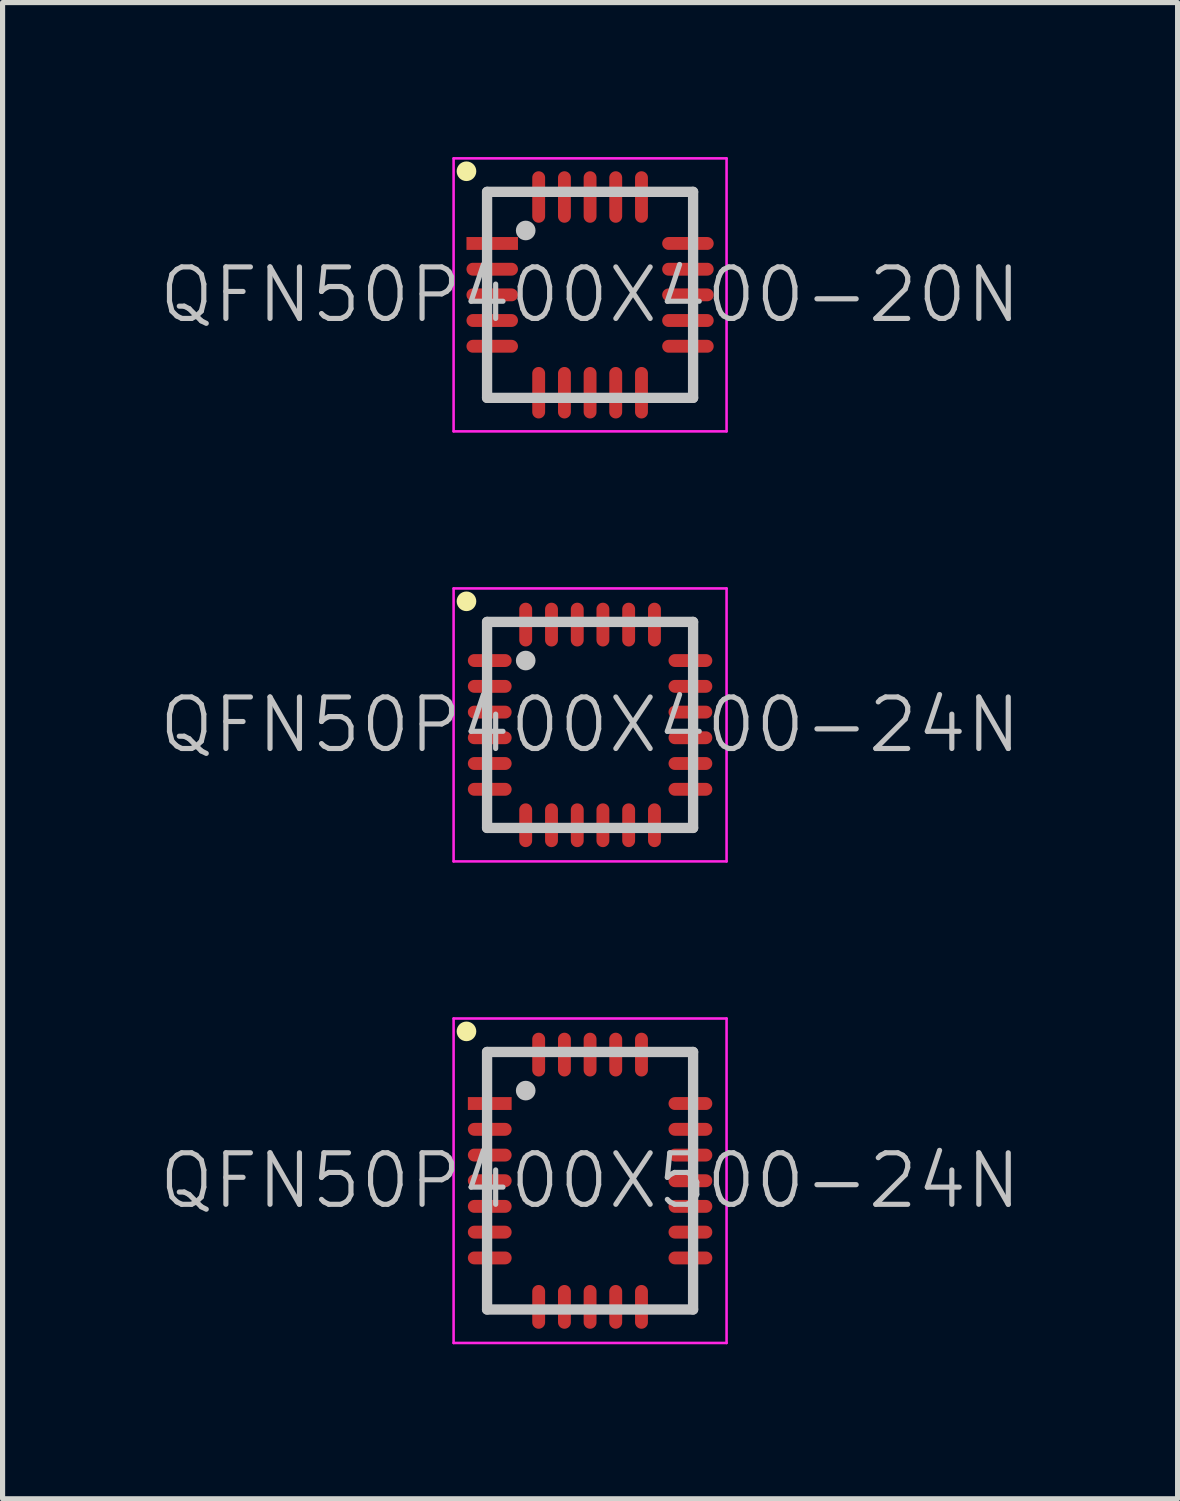
<source format=kicad_pcb>
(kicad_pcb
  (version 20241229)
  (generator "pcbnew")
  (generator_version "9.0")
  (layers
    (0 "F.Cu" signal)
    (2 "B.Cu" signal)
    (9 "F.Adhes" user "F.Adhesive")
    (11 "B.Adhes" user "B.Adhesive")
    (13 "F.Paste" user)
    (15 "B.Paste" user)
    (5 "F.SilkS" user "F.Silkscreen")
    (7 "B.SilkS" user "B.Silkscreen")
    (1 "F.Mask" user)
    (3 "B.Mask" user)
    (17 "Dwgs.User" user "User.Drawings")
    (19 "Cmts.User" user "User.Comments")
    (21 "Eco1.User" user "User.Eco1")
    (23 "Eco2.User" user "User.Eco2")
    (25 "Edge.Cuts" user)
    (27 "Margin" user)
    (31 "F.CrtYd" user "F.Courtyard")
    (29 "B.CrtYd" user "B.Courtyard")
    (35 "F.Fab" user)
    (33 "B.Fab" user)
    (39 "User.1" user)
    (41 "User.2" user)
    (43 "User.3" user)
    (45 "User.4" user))
  (footprint "QFN50P400X400-20N"
    (layer "F.Cu")
    (at 8.407 2.675)
    (property "Reference" "QFN50P400X400-20N" (at 0 0 0) (layer "Dwgs.User") (effects (font (size 1 1) (thickness 0.1))))
    (attr smd)
    (fp_line (start -2.4 -2.4) (end -2.4 -2.4) (stroke (width 0.381) (type solid)) (layer "F.SilkS"))
    (fp_line (start -2 -2) (end -2 2) (stroke (width 0.2) (type solid)) (layer "Dwgs.User"))
    (fp_line (start -2 -2) (end 2 -2) (stroke (width 0.2) (type solid)) (layer "Dwgs.User"))
    (fp_line (start -2 2) (end 2 2) (stroke (width 0.2) (type solid)) (layer "Dwgs.User"))
    (fp_line (start -1.25 -1.25) (end -1.25 -1.25) (stroke (width 0.381) (type solid)) (layer "Dwgs.User"))
    (fp_line (start 2 -2) (end 2 2) (stroke (width 0.2) (type solid)) (layer "Dwgs.User"))
    (fp_line (start -2.65 -2.65) (end -2.65 2.65) (stroke (width 0.05) (type solid)) (layer "F.CrtYd"))
    (fp_line (start -2.65 -2.65) (end 2.65 -2.65) (stroke (width 0.05) (type solid)) (layer "F.CrtYd"))
    (fp_line (start -2.65 2.65) (end 2.65 2.65) (stroke (width 0.05) (type solid)) (layer "F.CrtYd"))
    (fp_line (start 2.65 -2.65) (end 2.65 2.65) (stroke (width 0.05) (type solid)) (layer "F.CrtYd"))
    (pad "1" smd rect (at -1.9 -0.998 90) (size 0.25 1) (layers "F.Cu" "F.Mask" "F.Paste"))
    (pad "2" smd oval (at -1.9 -0.498 90) (size 0.25 1) (layers "F.Cu" "F.Mask" "F.Paste"))
    (pad "3" smd oval (at -1.9 0 90) (size 0.25 1) (layers "F.Cu" "F.Mask" "F.Paste"))
    (pad "4" smd oval (at -1.9 0.498 90) (size 0.25 1) (layers "F.Cu" "F.Mask" "F.Paste"))
    (pad "5" smd oval (at -1.9 0.998 90) (size 0.25 1) (layers "F.Cu" "F.Mask" "F.Paste"))
    (pad "6" smd oval (at -0.998 1.9 180) (size 0.25 1) (layers "F.Cu" "F.Mask" "F.Paste"))
    (pad "7" smd oval (at -0.498 1.9 180) (size 0.25 1) (layers "F.Cu" "F.Mask" "F.Paste"))
    (pad "8" smd oval (at 0 1.9 180) (size 0.25 1) (layers "F.Cu" "F.Mask" "F.Paste"))
    (pad "9" smd oval (at 0.498 1.9 180) (size 0.25 1) (layers "F.Cu" "F.Mask" "F.Paste"))
    (pad "10" smd oval (at 0.998 1.9 180) (size 0.25 1) (layers "F.Cu" "F.Mask" "F.Paste"))
    (pad "11" smd oval (at 1.9 0.998 270) (size 0.25 1) (layers "F.Cu" "F.Mask" "F.Paste"))
    (pad "12" smd oval (at 1.9 0.498 270) (size 0.25 1) (layers "F.Cu" "F.Mask" "F.Paste"))
    (pad "13" smd oval (at 1.9 0 270) (size 0.25 1) (layers "F.Cu" "F.Mask" "F.Paste"))
    (pad "14" smd oval (at 1.9 -0.498 270) (size 0.25 1) (layers "F.Cu" "F.Mask" "F.Paste"))
    (pad "15" smd oval (at 1.9 -0.998 270) (size 0.25 1) (layers "F.Cu" "F.Mask" "F.Paste"))
    (pad "16" smd oval (at 0.998 -1.9) (size 0.25 1) (layers "F.Cu" "F.Mask" "F.Paste"))
    (pad "17" smd oval (at 0.498 -1.9) (size 0.25 1) (layers "F.Cu" "F.Mask" "F.Paste"))
    (pad "18" smd oval (at 0 -1.9) (size 0.25 1) (layers "F.Cu" "F.Mask" "F.Paste"))
    (pad "19" smd oval (at -0.498 -1.9) (size 0.25 1) (layers "F.Cu" "F.Mask" "F.Paste"))
    (pad "20" smd oval (at -0.998 -1.9) (size 0.25 1) (layers "F.Cu" "F.Mask" "F.Paste")))
  (footprint "QFN50P400X400-24N"
    (layer "F.Cu")
    (at 8.407 11.025)
    (property "Reference" "QFN50P400X400-24N" (at 0 0 0) (layer "Dwgs.User") (effects (font (size 1 1) (thickness 0.1))))
    (attr smd)
    (fp_line (start -2.4 -2.4) (end -2.4 -2.4) (stroke (width 0.381) (type solid)) (layer "F.SilkS"))
    (fp_line (start -2 -2) (end -2 2) (stroke (width 0.2) (type solid)) (layer "Dwgs.User"))
    (fp_line (start -2 -2) (end 2 -2) (stroke (width 0.2) (type solid)) (layer "Dwgs.User"))
    (fp_line (start -2 2) (end 2 2) (stroke (width 0.2) (type solid)) (layer "Dwgs.User"))
    (fp_line (start -1.25 -1.25) (end -1.25 -1.25) (stroke (width 0.381) (type solid)) (layer "Dwgs.User"))
    (fp_line (start 2 -2) (end 2 2) (stroke (width 0.2) (type solid)) (layer "Dwgs.User"))
    (fp_line (start -2.65 -2.65) (end -2.65 2.65) (stroke (width 0.05) (type solid)) (layer "F.CrtYd"))
    (fp_line (start -2.65 -2.65) (end 2.65 -2.65) (stroke (width 0.05) (type solid)) (layer "F.CrtYd"))
    (fp_line (start -2.65 2.65) (end 2.65 2.65) (stroke (width 0.05) (type solid)) (layer "F.CrtYd"))
    (fp_line (start 2.65 -2.65) (end 2.65 2.65) (stroke (width 0.05) (type solid)) (layer "F.CrtYd"))
    (pad "1" smd oval (at -1.948 -1.25 90) (size 0.25 0.85) (layers "F.Cu" "F.Mask" "F.Paste"))
    (pad "2" smd oval (at -1.948 -0.749 90) (size 0.25 0.85) (layers "F.Cu" "F.Mask" "F.Paste"))
    (pad "3" smd oval (at -1.948 -0.249 90) (size 0.25 0.85) (layers "F.Cu" "F.Mask" "F.Paste"))
    (pad "4" smd oval (at -1.948 0.249 90) (size 0.25 0.85) (layers "F.Cu" "F.Mask" "F.Paste"))
    (pad "5" smd oval (at -1.948 0.749 90) (size 0.25 0.85) (layers "F.Cu" "F.Mask" "F.Paste"))
    (pad "6" smd oval (at -1.948 1.25 90) (size 0.25 0.85) (layers "F.Cu" "F.Mask" "F.Paste"))
    (pad "7" smd oval (at -1.25 1.948 180) (size 0.25 0.85) (layers "F.Cu" "F.Mask" "F.Paste"))
    (pad "8" smd oval (at -0.749 1.948 180) (size 0.25 0.85) (layers "F.Cu" "F.Mask" "F.Paste"))
    (pad "9" smd oval (at -0.249 1.948 180) (size 0.25 0.85) (layers "F.Cu" "F.Mask" "F.Paste"))
    (pad "10" smd oval (at 0.249 1.948 180) (size 0.25 0.85) (layers "F.Cu" "F.Mask" "F.Paste"))
    (pad "11" smd oval (at 0.749 1.948 180) (size 0.25 0.85) (layers "F.Cu" "F.Mask" "F.Paste"))
    (pad "12" smd oval (at 1.25 1.948 180) (size 0.25 0.85) (layers "F.Cu" "F.Mask" "F.Paste"))
    (pad "13" smd oval (at 1.948 1.25 270) (size 0.25 0.85) (layers "F.Cu" "F.Mask" "F.Paste"))
    (pad "14" smd oval (at 1.948 0.749 270) (size 0.25 0.85) (layers "F.Cu" "F.Mask" "F.Paste"))
    (pad "15" smd oval (at 1.948 0.249 270) (size 0.25 0.85) (layers "F.Cu" "F.Mask" "F.Paste"))
    (pad "16" smd oval (at 1.948 -0.249 270) (size 0.25 0.85) (layers "F.Cu" "F.Mask" "F.Paste"))
    (pad "17" smd oval (at 1.948 -0.749 270) (size 0.25 0.85) (layers "F.Cu" "F.Mask" "F.Paste"))
    (pad "18" smd oval (at 1.948 -1.25 270) (size 0.25 0.85) (layers "F.Cu" "F.Mask" "F.Paste"))
    (pad "19" smd oval (at 1.25 -1.948) (size 0.25 0.85) (layers "F.Cu" "F.Mask" "F.Paste"))
    (pad "20" smd oval (at 0.749 -1.948) (size 0.25 0.85) (layers "F.Cu" "F.Mask" "F.Paste"))
    (pad "21" smd oval (at 0.249 -1.948) (size 0.25 0.85) (layers "F.Cu" "F.Mask" "F.Paste"))
    (pad "22" smd oval (at -0.249 -1.948) (size 0.25 0.85) (layers "F.Cu" "F.Mask" "F.Paste"))
    (pad "23" smd oval (at -0.749 -1.948) (size 0.25 0.85) (layers "F.Cu" "F.Mask" "F.Paste"))
    (pad "24" smd oval (at -1.25 -1.948) (size 0.25 0.85) (layers "F.Cu" "F.Mask" "F.Paste")))
  (footprint "QFN50P400X500-24N"
    (layer "F.Cu")
    (at 8.407 19.875)
    (property "Reference" "QFN50P400X500-24N" (at 0 0 0) (layer "Dwgs.User") (effects (font (size 1 1) (thickness 0.1))))
    (attr smd)
    (fp_line (start -2.4 -2.9) (end -2.4 -2.9) (stroke (width 0.381) (type solid)) (layer "F.SilkS"))
    (fp_line (start -2 -2.5) (end -2 2.5) (stroke (width 0.2) (type solid)) (layer "Dwgs.User"))
    (fp_line (start -2 -2.5) (end 2 -2.5) (stroke (width 0.2) (type solid)) (layer "Dwgs.User"))
    (fp_line (start -2 2.5) (end 2 2.5) (stroke (width 0.2) (type solid)) (layer "Dwgs.User"))
    (fp_line (start -1.25 -1.75) (end -1.25 -1.75) (stroke (width 0.381) (type solid)) (layer "Dwgs.User"))
    (fp_line (start 2 -2.5) (end 2 2.5) (stroke (width 0.2) (type solid)) (layer "Dwgs.User"))
    (fp_line (start -2.65 -3.15) (end -2.65 3.15) (stroke (width 0.05) (type solid)) (layer "F.CrtYd"))
    (fp_line (start -2.65 -3.15) (end 2.65 -3.15) (stroke (width 0.05) (type solid)) (layer "F.CrtYd"))
    (fp_line (start -2.65 3.15) (end 2.65 3.15) (stroke (width 0.05) (type solid)) (layer "F.CrtYd"))
    (fp_line (start 2.65 -3.15) (end 2.65 3.15) (stroke (width 0.05) (type solid)) (layer "F.CrtYd"))
    (pad "1" smd rect (at -1.948 -1.499 90) (size 0.25 0.85) (layers "F.Cu" "F.Mask" "F.Paste"))
    (pad "2" smd oval (at -1.948 -0.998 90) (size 0.25 0.85) (layers "F.Cu" "F.Mask" "F.Paste"))
    (pad "3" smd oval (at -1.948 -0.498 90) (size 0.25 0.85) (layers "F.Cu" "F.Mask" "F.Paste"))
    (pad "4" smd oval (at -1.948 0 90) (size 0.25 0.85) (layers "F.Cu" "F.Mask" "F.Paste"))
    (pad "5" smd oval (at -1.948 0.498 90) (size 0.25 0.85) (layers "F.Cu" "F.Mask" "F.Paste"))
    (pad "6" smd oval (at -1.948 0.998 90) (size 0.25 0.85) (layers "F.Cu" "F.Mask" "F.Paste"))
    (pad "7" smd oval (at -1.948 1.499 90) (size 0.25 0.85) (layers "F.Cu" "F.Mask" "F.Paste"))
    (pad "8" smd oval (at -0.998 2.449 180) (size 0.25 0.85) (layers "F.Cu" "F.Mask" "F.Paste"))
    (pad "9" smd oval (at -0.498 2.449 180) (size 0.25 0.85) (layers "F.Cu" "F.Mask" "F.Paste"))
    (pad "10" smd oval (at 0 2.449 180) (size 0.25 0.85) (layers "F.Cu" "F.Mask" "F.Paste"))
    (pad "11" smd oval (at 0.498 2.449 180) (size 0.25 0.85) (layers "F.Cu" "F.Mask" "F.Paste"))
    (pad "12" smd oval (at 0.998 2.449 180) (size 0.25 0.85) (layers "F.Cu" "F.Mask" "F.Paste"))
    (pad "13" smd oval (at 1.948 1.499 270) (size 0.25 0.85) (layers "F.Cu" "F.Mask" "F.Paste"))
    (pad "14" smd oval (at 1.948 0.998 270) (size 0.25 0.85) (layers "F.Cu" "F.Mask" "F.Paste"))
    (pad "15" smd oval (at 1.948 0.498 270) (size 0.25 0.85) (layers "F.Cu" "F.Mask" "F.Paste"))
    (pad "16" smd oval (at 1.948 0 270) (size 0.25 0.85) (layers "F.Cu" "F.Mask" "F.Paste"))
    (pad "17" smd oval (at 1.948 -0.498 270) (size 0.25 0.85) (layers "F.Cu" "F.Mask" "F.Paste"))
    (pad "18" smd oval (at 1.948 -0.998 270) (size 0.25 0.85) (layers "F.Cu" "F.Mask" "F.Paste"))
    (pad "19" smd oval (at 1.948 -1.499 270) (size 0.25 0.85) (layers "F.Cu" "F.Mask" "F.Paste"))
    (pad "20" smd oval (at 0.998 -2.449) (size 0.25 0.85) (layers "F.Cu" "F.Mask" "F.Paste"))
    (pad "21" smd oval (at 0.498 -2.449) (size 0.25 0.85) (layers "F.Cu" "F.Mask" "F.Paste"))
    (pad "22" smd oval (at 0 -2.449) (size 0.25 0.85) (layers "F.Cu" "F.Mask" "F.Paste"))
    (pad "23" smd oval (at -0.498 -2.449) (size 0.25 0.85) (layers "F.Cu" "F.Mask" "F.Paste"))
    (pad "24" smd oval (at -0.998 -2.449) (size 0.25 0.85) (layers "F.Cu" "F.Mask" "F.Paste")))
  (gr_rect
    (start -3 -3)
    (end 19.814 26.05)
    (stroke (width 0.1) (type default))
    (fill no)
    (layer "Edge.Cuts")))
</source>
